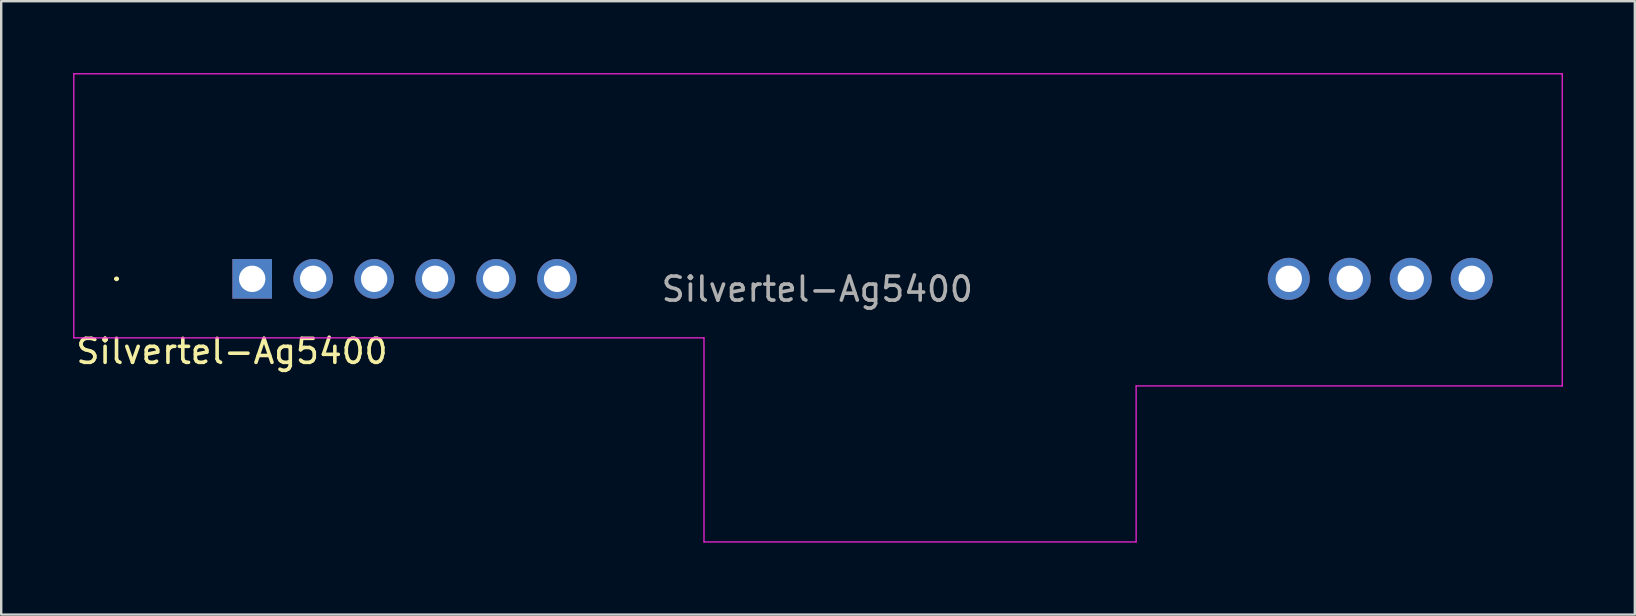
<source format=kicad_pcb>
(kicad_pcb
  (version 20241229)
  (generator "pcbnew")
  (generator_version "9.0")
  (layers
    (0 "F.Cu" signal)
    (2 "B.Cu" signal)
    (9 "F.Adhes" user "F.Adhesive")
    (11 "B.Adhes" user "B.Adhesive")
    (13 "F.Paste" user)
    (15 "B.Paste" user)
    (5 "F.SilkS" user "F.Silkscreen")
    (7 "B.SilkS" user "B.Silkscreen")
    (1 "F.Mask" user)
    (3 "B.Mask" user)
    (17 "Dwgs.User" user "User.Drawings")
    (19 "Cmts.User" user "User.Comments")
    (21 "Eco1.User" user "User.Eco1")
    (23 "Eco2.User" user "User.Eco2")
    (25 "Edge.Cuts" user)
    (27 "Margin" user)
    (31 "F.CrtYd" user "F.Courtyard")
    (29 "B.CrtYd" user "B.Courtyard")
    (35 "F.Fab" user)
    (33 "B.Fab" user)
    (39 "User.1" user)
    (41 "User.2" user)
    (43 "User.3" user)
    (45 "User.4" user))
  (footprint "Silvertel-Ag5400"
    (layer "F.Cu")
    (at 7.455 8.565)
    (property "Reference" "Silvertel-Ag5400" (at -7.417 2.438 180) (layer "F.SilkS") (effects (font (size 1 1) (thickness 0.15)) (justify left top)))
    (attr through_hole)
    (fp_line (start -5.7 0) (end -5.7 0) (stroke (width 0.1) (type solid)) (layer "F.SilkS"))
    (fp_line (start -5.6 0) (end -5.6 0) (stroke (width 0.1) (type solid)) (layer "F.SilkS"))
    (fp_arc (start -5.7 0) (mid -5.65 -0.05) (end -5.6 0) (stroke (width 0.1) (type solid)) (layer "F.SilkS"))
    (fp_arc (start -5.6 0) (mid -5.65 0.05) (end -5.7 0) (stroke (width 0.1) (type solid)) (layer "F.SilkS"))
    (fp_line (start -7.43 2.46) (end -7.43 -8.54) (stroke (width 0.05) (type default)) (layer "F.CrtYd"))
    (fp_line (start -7.43 2.46) (end 18.82 2.46) (stroke (width 0.05) (type default)) (layer "F.CrtYd"))
    (fp_line (start 18.82 2.46) (end 18.82 10.96) (stroke (width 0.05) (type default)) (layer "F.CrtYd"))
    (fp_line (start 36.82 4.46) (end 54.57 4.46) (stroke (width 0.05) (type default)) (layer "F.CrtYd"))
    (fp_line (start 36.82 10.96) (end 18.82 10.96) (stroke (width 0.05) (type default)) (layer "F.CrtYd"))
    (fp_line (start 36.82 10.96) (end 36.82 4.46) (stroke (width 0.05) (type default)) (layer "F.CrtYd"))
    (fp_line (start 54.57 -8.54) (end -7.43 -8.54) (stroke (width 0.05) (type default)) (layer "F.CrtYd"))
    (fp_line (start 54.57 4.46) (end 54.57 -8.54) (stroke (width 0.05) (type default)) (layer "F.CrtYd"))
    (fp_text user "${REFERENCE}" (at 23.54 0.43 0) (layer "F.Fab") (effects (font (size 1 1) (thickness 0.15))))
    (pad "1" thru_hole rect (at 0 0) (size 1.65 1.65) (drill 1.1) (layers "*.Cu" "*.Mask"))
    (pad "2" thru_hole circle (at 2.54 0) (size 1.65 1.65) (drill 1.1) (layers "*.Cu" "*.Mask"))
    (pad "3" thru_hole circle (at 5.08 0) (size 1.65 1.65) (drill 1.1) (layers "*.Cu" "*.Mask"))
    (pad "4" thru_hole circle (at 7.62 0) (size 1.65 1.65) (drill 1.1) (layers "*.Cu" "*.Mask"))
    (pad "5" thru_hole circle (at 10.16 0) (size 1.65 1.65) (drill 1.1) (layers "*.Cu" "*.Mask"))
    (pad "6" thru_hole circle (at 12.7 0) (size 1.65 1.65) (drill 1.1) (layers "*.Cu" "*.Mask"))
    (pad "7" thru_hole circle (at 43.18 0) (size 1.75 1.75) (drill 1.1) (layers "*.Cu" "*.Mask"))
    (pad "8" thru_hole circle (at 45.72 0) (size 1.75 1.75) (drill 1.1) (layers "*.Cu" "*.Mask"))
    (pad "9" thru_hole circle (at 48.26 0) (size 1.75 1.75) (drill 1.1) (layers "*.Cu" "*.Mask"))
    (pad "10" thru_hole circle (at 50.8 0) (size 1.75 1.75) (drill 1.1) (layers "*.Cu" "*.Mask")))
  (gr_rect
    (start -3 -3)
    (end 65.05 22.55)
    (stroke (width 0.1) (type default))
    (fill no)
    (layer "Edge.Cuts")))
</source>
